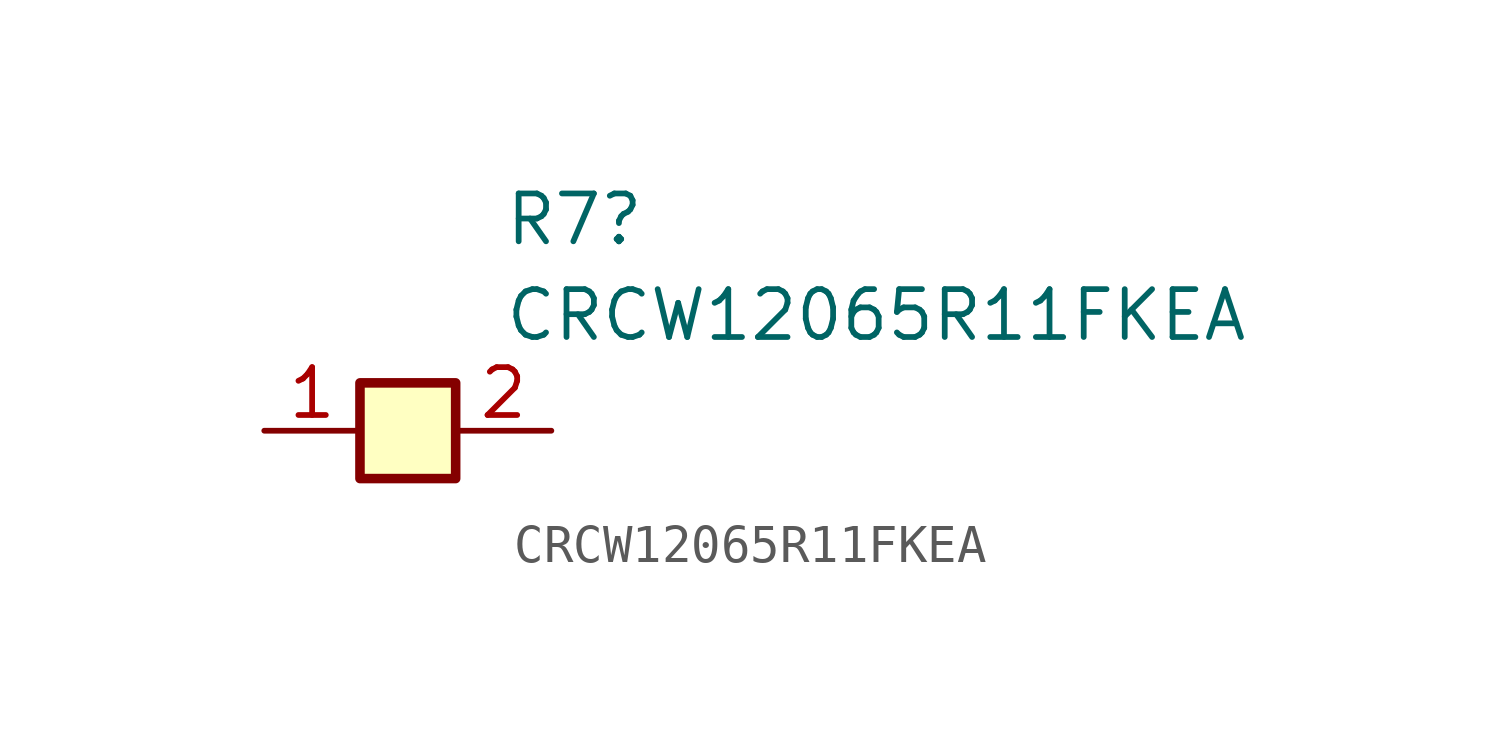
<source format=kicad_sym>
(kicad_symbol_lib
  (version 20231120)
  (generator "kicad_symbol_editor")
  (generator_version "8.0")
  (symbol "CRCW12065R11FKEA"
    (pin_names hide)
    (property "Reference" "R7"
      (at 13.97 6.35 0)
      (effects (font (size 1.27 1.27)) (justify left top)))
    (property "Value" "CRCW12065R11FKEA"
      (at 13.97 3.81 0)
      (effects (font (size 1.27 1.27)) (justify left top)))
    (symbol "CRCW12065R11FKEA_1_1"
      (rectangle (start 10.16 1.27) (end 12.7 -1.27) (stroke (width 0.254) (type default)) (fill (type background)))
      (pin passive line (at 7.62 0 0) (length 2.54) (name "1" (effects (font (size 1.27 1.27)))) (number "1" (effects (font (size 1.27 1.27)))))
      (pin passive line (at 15.24 0 180) (length 2.54) (name "2" (effects (font (size 1.27 1.27)))) (number "2" (effects (font (size 1.27 1.27))))))))
</source>
